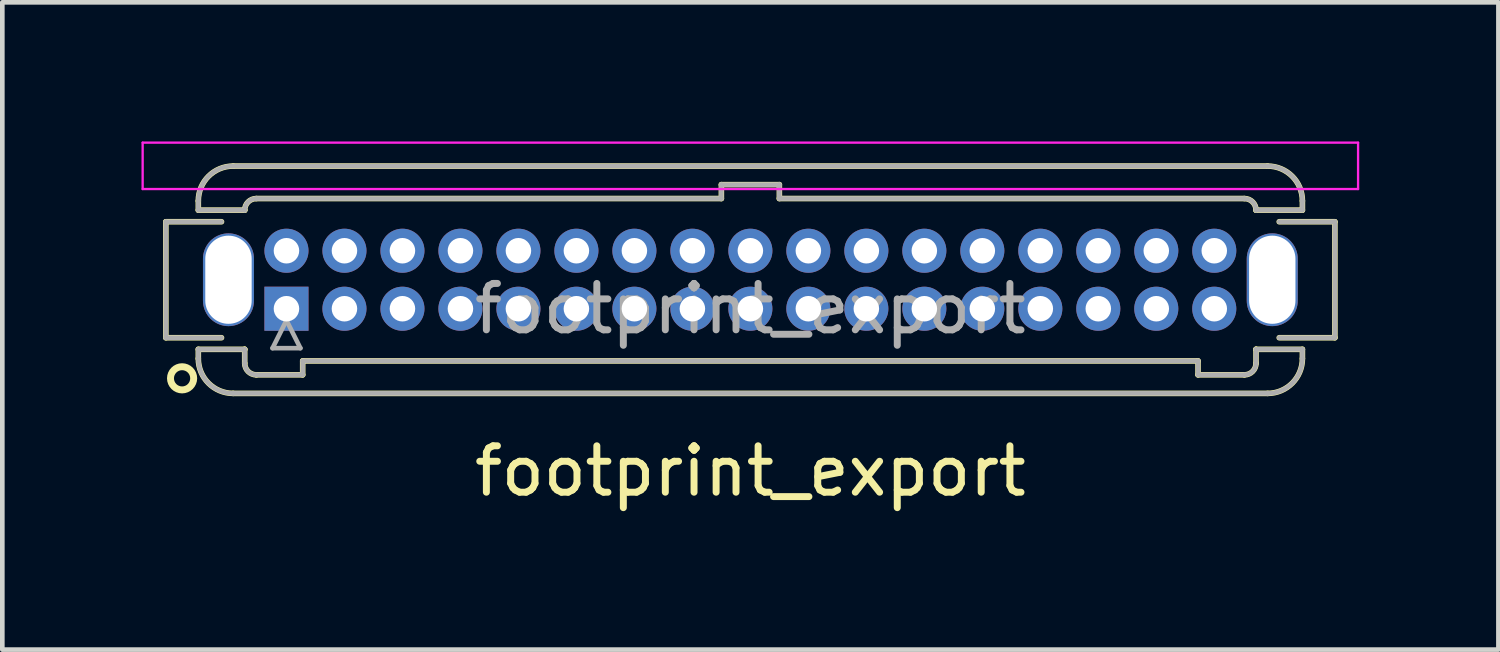
<source format=kicad_pcb>
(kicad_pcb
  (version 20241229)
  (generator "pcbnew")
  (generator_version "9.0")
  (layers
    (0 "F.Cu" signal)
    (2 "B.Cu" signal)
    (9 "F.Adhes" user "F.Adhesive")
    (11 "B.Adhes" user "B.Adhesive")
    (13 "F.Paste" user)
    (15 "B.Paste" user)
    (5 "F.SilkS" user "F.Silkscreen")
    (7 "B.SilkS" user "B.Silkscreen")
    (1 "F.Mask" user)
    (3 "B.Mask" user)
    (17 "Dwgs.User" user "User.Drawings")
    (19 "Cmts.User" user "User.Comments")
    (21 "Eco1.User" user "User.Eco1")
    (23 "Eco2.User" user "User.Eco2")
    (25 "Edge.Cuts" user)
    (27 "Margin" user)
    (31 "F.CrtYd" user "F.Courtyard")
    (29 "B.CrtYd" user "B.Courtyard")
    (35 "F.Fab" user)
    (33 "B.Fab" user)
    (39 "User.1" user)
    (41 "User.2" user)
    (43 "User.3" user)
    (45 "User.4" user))
  (footprint "footprint_export"
    (layer "F.Cu")
    (at 3.125 3.605)
    (property "Reference" "footprint_export" (at 10 3.5 0) (layer "F.SilkS") (effects (font (size 1 1) (thickness 0.15))))
    (attr through_hole)
    (fp_line (start -2.6 -1.875) (end -2.6 0.625) (stroke (width 0.12) (type solid)) (layer "F.SilkS"))
    (fp_line (start -2.6 0.625) (end -1.4 0.625) (stroke (width 0.12) (type solid)) (layer "F.SilkS"))
    (fp_line (start -1.9 -2.325) (end -1.9 -2.125) (stroke (width 0.12) (type solid)) (layer "F.SilkS"))
    (fp_line (start -1.9 -2.125) (end -0.9 -2.125) (stroke (width 0.12) (type solid)) (layer "F.SilkS"))
    (fp_line (start -1.9 0.875) (end -0.9 0.875) (stroke (width 0.12) (type solid)) (layer "F.SilkS"))
    (fp_line (start -1.9 1.075) (end -1.9 0.875) (stroke (width 0.12) (type solid)) (layer "F.SilkS"))
    (fp_line (start -1.4 -1.875) (end -2.6 -1.875) (stroke (width 0.12) (type solid)) (layer "F.SilkS"))
    (fp_line (start -1.15 -3.075) (end 21.15 -3.075) (stroke (width 0.12) (type solid)) (layer "F.SilkS"))
    (fp_line (start -1.15 1.825) (end 21.15 1.825) (stroke (width 0.12) (type solid)) (layer "F.SilkS"))
    (fp_line (start -0.9 -2.125) (end -0.9 -2.125) (stroke (width 0.12) (type solid)) (layer "F.SilkS"))
    (fp_line (start -0.9 0.875) (end -0.9 0.875) (stroke (width 0.12) (type solid)) (layer "F.SilkS"))
    (fp_line (start -0.9 1.175) (end -0.9 0.875) (stroke (width 0.12) (type solid)) (layer "F.SilkS"))
    (fp_line (start -0.65 -2.375) (end 9.375 -2.375) (stroke (width 0.12) (type solid)) (layer "F.SilkS"))
    (fp_line (start -0.65 1.425) (end 0.35 1.425) (stroke (width 0.12) (type solid)) (layer "F.SilkS"))
    (fp_line (start 0.35 1.125) (end 19.65 1.125) (stroke (width 0.12) (type solid)) (layer "F.SilkS"))
    (fp_line (start 0.35 1.425) (end 0.35 1.125) (stroke (width 0.12) (type solid)) (layer "F.SilkS"))
    (fp_line (start 9.375 -2.675) (end 10.625 -2.675) (stroke (width 0.12) (type solid)) (layer "F.SilkS"))
    (fp_line (start 9.375 -2.375) (end 9.375 -2.675) (stroke (width 0.12) (type solid)) (layer "F.SilkS"))
    (fp_line (start 10.625 -2.675) (end 10.625 -2.375) (stroke (width 0.12) (type solid)) (layer "F.SilkS"))
    (fp_line (start 10.625 -2.375) (end 20.65 -2.375) (stroke (width 0.12) (type solid)) (layer "F.SilkS"))
    (fp_line (start 19.65 1.125) (end 19.65 1.425) (stroke (width 0.12) (type solid)) (layer "F.SilkS"))
    (fp_line (start 19.65 1.425) (end 20.65 1.425) (stroke (width 0.12) (type solid)) (layer "F.SilkS"))
    (fp_line (start 20.9 -2.125) (end 20.9 -2.125) (stroke (width 0.12) (type solid)) (layer "F.SilkS"))
    (fp_line (start 20.9 0.875) (end 20.9 0.875) (stroke (width 0.12) (type solid)) (layer "F.SilkS"))
    (fp_line (start 20.9 1.175) (end 20.9 0.875) (stroke (width 0.12) (type solid)) (layer "F.SilkS"))
    (fp_line (start 21.4 -1.875) (end 22.6 -1.875) (stroke (width 0.12) (type solid)) (layer "F.SilkS"))
    (fp_line (start 21.9 -2.325) (end 21.9 -2.125) (stroke (width 0.12) (type solid)) (layer "F.SilkS"))
    (fp_line (start 21.9 -2.125) (end 20.9 -2.125) (stroke (width 0.12) (type solid)) (layer "F.SilkS"))
    (fp_line (start 21.9 0.875) (end 20.9 0.875) (stroke (width 0.12) (type solid)) (layer "F.SilkS"))
    (fp_line (start 21.9 1.075) (end 21.9 0.875) (stroke (width 0.12) (type solid)) (layer "F.SilkS"))
    (fp_line (start 22.6 -1.875) (end 22.6 0.625) (stroke (width 0.12) (type solid)) (layer "F.SilkS"))
    (fp_line (start 22.6 0.625) (end 21.4 0.625) (stroke (width 0.12) (type solid)) (layer "F.SilkS"))
    (fp_arc (start -1.9 -2.325) (mid -1.68033 -2.85533) (end -1.15 -3.075) (stroke (width 0.12) (type solid)) (layer "F.SilkS"))
    (fp_arc (start -1.15 1.825) (mid -1.68033 1.60533) (end -1.9 1.075) (stroke (width 0.12) (type solid)) (layer "F.SilkS"))
    (fp_arc (start -0.9 -2.125) (mid -0.826777 -2.301777) (end -0.65 -2.375) (stroke (width 0.12) (type solid)) (layer "F.SilkS"))
    (fp_arc (start -0.65 1.425) (mid -0.826777 1.351777) (end -0.9 1.175) (stroke (width 0.12) (type solid)) (layer "F.SilkS"))
    (fp_arc (start 20.65 -2.375) (mid 20.826777 -2.301777) (end 20.9 -2.125) (stroke (width 0.12) (type solid)) (layer "F.SilkS"))
    (fp_arc (start 20.9 1.175) (mid 20.826777 1.351777) (end 20.65 1.425) (stroke (width 0.12) (type solid)) (layer "F.SilkS"))
    (fp_arc (start 21.15 -3.075) (mid 21.68033 -2.85533) (end 21.9 -2.325) (stroke (width 0.12) (type solid)) (layer "F.SilkS"))
    (fp_arc (start 21.9 1.075) (mid 21.68033 1.60533) (end 21.15 1.825) (stroke (width 0.12) (type solid)) (layer "F.SilkS"))
    (fp_circle (center -2.25 1.5) (end -2 1.5) (stroke (width 0.15) (type solid)) (fill no) (layer "F.SilkS"))
    (fp_line (start -3.1 -3.58) (end -3.1 -2.58) (stroke (width 0.05) (type solid)) (layer "F.CrtYd"))
    (fp_line (start -3.1 -2.58) (end 23.1 -2.58) (stroke (width 0.05) (type solid)) (layer "F.CrtYd"))
    (fp_line (start 23.1 -3.58) (end -3.1 -3.58) (stroke (width 0.05) (type solid)) (layer "F.CrtYd"))
    (fp_line (start 23.1 -2.58) (end 23.1 -3.58) (stroke (width 0.05) (type solid)) (layer "F.CrtYd"))
    (fp_line (start -2.6 -1.875) (end -2.6 0.625) (stroke (width 0.1) (type solid)) (layer "F.Fab"))
    (fp_line (start -2.6 0.625) (end -1.4 0.625) (stroke (width 0.1) (type solid)) (layer "F.Fab"))
    (fp_line (start -1.9 -2.325) (end -1.9 -2.125) (stroke (width 0.1) (type solid)) (layer "F.Fab"))
    (fp_line (start -1.9 -2.125) (end -0.9 -2.125) (stroke (width 0.1) (type solid)) (layer "F.Fab"))
    (fp_line (start -1.9 0.875) (end -0.9 0.875) (stroke (width 0.1) (type solid)) (layer "F.Fab"))
    (fp_line (start -1.9 1.075) (end -1.9 0.875) (stroke (width 0.1) (type solid)) (layer "F.Fab"))
    (fp_line (start -1.4 -1.875) (end -2.6 -1.875) (stroke (width 0.1) (type solid)) (layer "F.Fab"))
    (fp_line (start -1.15 -3.075) (end 21.15 -3.075) (stroke (width 0.1) (type solid)) (layer "F.Fab"))
    (fp_line (start -1.15 1.825) (end 21.15 1.825) (stroke (width 0.1) (type solid)) (layer "F.Fab"))
    (fp_line (start -0.9 -2.125) (end -0.9 -2.125) (stroke (width 0.1) (type solid)) (layer "F.Fab"))
    (fp_line (start -0.9 0.875) (end -0.9 0.875) (stroke (width 0.1) (type solid)) (layer "F.Fab"))
    (fp_line (start -0.9 1.175) (end -0.9 0.875) (stroke (width 0.1) (type solid)) (layer "F.Fab"))
    (fp_line (start -0.65 -2.375) (end 9.375 -2.375) (stroke (width 0.1) (type solid)) (layer "F.Fab"))
    (fp_line (start -0.65 1.425) (end 0.35 1.425) (stroke (width 0.1) (type solid)) (layer "F.Fab"))
    (fp_line (start -0.3 0.85) (end 0.3 0.85) (stroke (width 0.1) (type solid)) (layer "F.Fab"))
    (fp_line (start 0 0.25) (end -0.3 0.85) (stroke (width 0.1) (type solid)) (layer "F.Fab"))
    (fp_line (start 0.3 0.85) (end 0 0.25) (stroke (width 0.1) (type solid)) (layer "F.Fab"))
    (fp_line (start 0.35 1.125) (end 19.65 1.125) (stroke (width 0.1) (type solid)) (layer "F.Fab"))
    (fp_line (start 0.35 1.425) (end 0.35 1.125) (stroke (width 0.1) (type solid)) (layer "F.Fab"))
    (fp_line (start 9.375 -2.675) (end 10.625 -2.675) (stroke (width 0.1) (type solid)) (layer "F.Fab"))
    (fp_line (start 9.375 -2.375) (end 9.375 -2.675) (stroke (width 0.1) (type solid)) (layer "F.Fab"))
    (fp_line (start 10.625 -2.675) (end 10.625 -2.375) (stroke (width 0.1) (type solid)) (layer "F.Fab"))
    (fp_line (start 10.625 -2.375) (end 20.65 -2.375) (stroke (width 0.1) (type solid)) (layer "F.Fab"))
    (fp_line (start 19.65 1.125) (end 19.65 1.425) (stroke (width 0.1) (type solid)) (layer "F.Fab"))
    (fp_line (start 19.65 1.425) (end 20.65 1.425) (stroke (width 0.1) (type solid)) (layer "F.Fab"))
    (fp_line (start 20.9 -2.125) (end 20.9 -2.125) (stroke (width 0.1) (type solid)) (layer "F.Fab"))
    (fp_line (start 20.9 0.875) (end 20.9 0.875) (stroke (width 0.1) (type solid)) (layer "F.Fab"))
    (fp_line (start 20.9 1.175) (end 20.9 0.875) (stroke (width 0.1) (type solid)) (layer "F.Fab"))
    (fp_line (start 21.4 -1.875) (end 22.6 -1.875) (stroke (width 0.1) (type solid)) (layer "F.Fab"))
    (fp_line (start 21.9 -2.325) (end 21.9 -2.125) (stroke (width 0.1) (type solid)) (layer "F.Fab"))
    (fp_line (start 21.9 -2.125) (end 20.9 -2.125) (stroke (width 0.1) (type solid)) (layer "F.Fab"))
    (fp_line (start 21.9 0.875) (end 20.9 0.875) (stroke (width 0.1) (type solid)) (layer "F.Fab"))
    (fp_line (start 21.9 1.075) (end 21.9 0.875) (stroke (width 0.1) (type solid)) (layer "F.Fab"))
    (fp_line (start 22.6 -1.875) (end 22.6 0.625) (stroke (width 0.1) (type solid)) (layer "F.Fab"))
    (fp_line (start 22.6 0.625) (end 21.4 0.625) (stroke (width 0.1) (type solid)) (layer "F.Fab"))
    (fp_arc (start -1.9 -2.325) (mid -1.68033 -2.85533) (end -1.15 -3.075) (stroke (width 0.1) (type solid)) (layer "F.Fab"))
    (fp_arc (start -1.15 1.825) (mid -1.68033 1.60533) (end -1.9 1.075) (stroke (width 0.1) (type solid)) (layer "F.Fab"))
    (fp_arc (start -0.9 -2.125) (mid -0.826777 -2.301777) (end -0.65 -2.375) (stroke (width 0.1) (type solid)) (layer "F.Fab"))
    (fp_arc (start -0.65 1.425) (mid -0.826777 1.351777) (end -0.9 1.175) (stroke (width 0.1) (type solid)) (layer "F.Fab"))
    (fp_arc (start 20.65 -2.375) (mid 20.826777 -2.301777) (end 20.9 -2.125) (stroke (width 0.1) (type solid)) (layer "F.Fab"))
    (fp_arc (start 20.9 1.175) (mid 20.826777 1.351777) (end 20.65 1.425) (stroke (width 0.1) (type solid)) (layer "F.Fab"))
    (fp_arc (start 21.15 -3.075) (mid 21.68033 -2.85533) (end 21.9 -2.325) (stroke (width 0.1) (type solid)) (layer "F.Fab"))
    (fp_arc (start 21.9 1.075) (mid 21.68033 1.60533) (end 21.15 1.825) (stroke (width 0.1) (type solid)) (layer "F.Fab"))
    (fp_text user "${REFERENCE}" (at 10 0 0) (layer "F.Fab") (effects (font (size 1 1) (thickness 0.15))))
    (pad "" np_thru_hole oval (at -1.25 -0.625) (size 1.1 2) (drill oval 1 1.9) (layers "*.Cu" "*.Mask"))
    (pad "" np_thru_hole oval (at 21.25 -0.625) (size 1.1 2) (drill oval 1 1.9) (layers "*.Cu" "*.Mask"))
    (pad "1" thru_hole rect (at 0 0) (size 0.95 0.95) (drill 0.55) (layers "*.Cu" "*.Mask"))
    (pad "2" thru_hole circle (at 0 -1.25) (size 0.95 0.95) (drill 0.55) (layers "*.Cu" "*.Mask"))
    (pad "3" thru_hole circle (at 1.25 0) (size 0.95 0.95) (drill 0.55) (layers "*.Cu" "*.Mask"))
    (pad "4" thru_hole circle (at 1.25 -1.25) (size 0.95 0.95) (drill 0.55) (layers "*.Cu" "*.Mask"))
    (pad "5" thru_hole circle (at 2.5 0) (size 0.95 0.95) (drill 0.55) (layers "*.Cu" "*.Mask"))
    (pad "6" thru_hole circle (at 2.5 -1.25) (size 0.95 0.95) (drill 0.55) (layers "*.Cu" "*.Mask"))
    (pad "7" thru_hole circle (at 3.75 0) (size 0.95 0.95) (drill 0.55) (layers "*.Cu" "*.Mask"))
    (pad "8" thru_hole circle (at 3.75 -1.25) (size 0.95 0.95) (drill 0.55) (layers "*.Cu" "*.Mask"))
    (pad "9" thru_hole circle (at 5 0) (size 0.95 0.95) (drill 0.55) (layers "*.Cu" "*.Mask"))
    (pad "10" thru_hole circle (at 5 -1.25) (size 0.95 0.95) (drill 0.55) (layers "*.Cu" "*.Mask"))
    (pad "11" thru_hole circle (at 6.25 0) (size 0.95 0.95) (drill 0.55) (layers "*.Cu" "*.Mask"))
    (pad "12" thru_hole circle (at 6.25 -1.25) (size 0.95 0.95) (drill 0.55) (layers "*.Cu" "*.Mask"))
    (pad "13" thru_hole circle (at 7.5 0) (size 0.95 0.95) (drill 0.55) (layers "*.Cu" "*.Mask"))
    (pad "14" thru_hole circle (at 7.5 -1.25) (size 0.95 0.95) (drill 0.55) (layers "*.Cu" "*.Mask"))
    (pad "15" thru_hole circle (at 8.75 0) (size 0.95 0.95) (drill 0.55) (layers "*.Cu" "*.Mask"))
    (pad "16" thru_hole circle (at 8.75 -1.25) (size 0.95 0.95) (drill 0.55) (layers "*.Cu" "*.Mask"))
    (pad "17" thru_hole circle (at 10 0) (size 0.95 0.95) (drill 0.55) (layers "*.Cu" "*.Mask"))
    (pad "18" thru_hole circle (at 10 -1.25) (size 0.95 0.95) (drill 0.55) (layers "*.Cu" "*.Mask"))
    (pad "19" thru_hole circle (at 11.25 0) (size 0.95 0.95) (drill 0.55) (layers "*.Cu" "*.Mask"))
    (pad "20" thru_hole circle (at 11.25 -1.25) (size 0.95 0.95) (drill 0.55) (layers "*.Cu" "*.Mask"))
    (pad "21" thru_hole circle (at 12.5 0) (size 0.95 0.95) (drill 0.55) (layers "*.Cu" "*.Mask"))
    (pad "22" thru_hole circle (at 12.5 -1.25) (size 0.95 0.95) (drill 0.55) (layers "*.Cu" "*.Mask"))
    (pad "23" thru_hole circle (at 13.75 0) (size 0.95 0.95) (drill 0.55) (layers "*.Cu" "*.Mask"))
    (pad "24" thru_hole circle (at 13.75 -1.25) (size 0.95 0.95) (drill 0.55) (layers "*.Cu" "*.Mask"))
    (pad "25" thru_hole circle (at 15 0) (size 0.95 0.95) (drill 0.55) (layers "*.Cu" "*.Mask"))
    (pad "26" thru_hole circle (at 15 -1.25) (size 0.95 0.95) (drill 0.55) (layers "*.Cu" "*.Mask"))
    (pad "27" thru_hole circle (at 16.25 0) (size 0.95 0.95) (drill 0.55) (layers "*.Cu" "*.Mask"))
    (pad "28" thru_hole circle (at 16.25 -1.25) (size 0.95 0.95) (drill 0.55) (layers "*.Cu" "*.Mask"))
    (pad "29" thru_hole circle (at 17.5 0) (size 0.95 0.95) (drill 0.55) (layers "*.Cu" "*.Mask"))
    (pad "30" thru_hole circle (at 17.5 -1.25) (size 0.95 0.95) (drill 0.55) (layers "*.Cu" "*.Mask"))
    (pad "31" thru_hole circle (at 18.75 0) (size 0.95 0.95) (drill 0.55) (layers "*.Cu" "*.Mask"))
    (pad "32" thru_hole circle (at 18.75 -1.25) (size 0.95 0.95) (drill 0.55) (layers "*.Cu" "*.Mask"))
    (pad "33" thru_hole circle (at 20 0) (size 0.95 0.95) (drill 0.55) (layers "*.Cu" "*.Mask"))
    (pad "34" thru_hole circle (at 20 -1.25) (size 0.95 0.95) (drill 0.55) (layers "*.Cu" "*.Mask")))
  (gr_rect
    (start -3 -3)
    (end 29.25 10.953)
    (stroke (width 0.1) (type default))
    (fill no)
    (layer "Edge.Cuts")))
</source>
